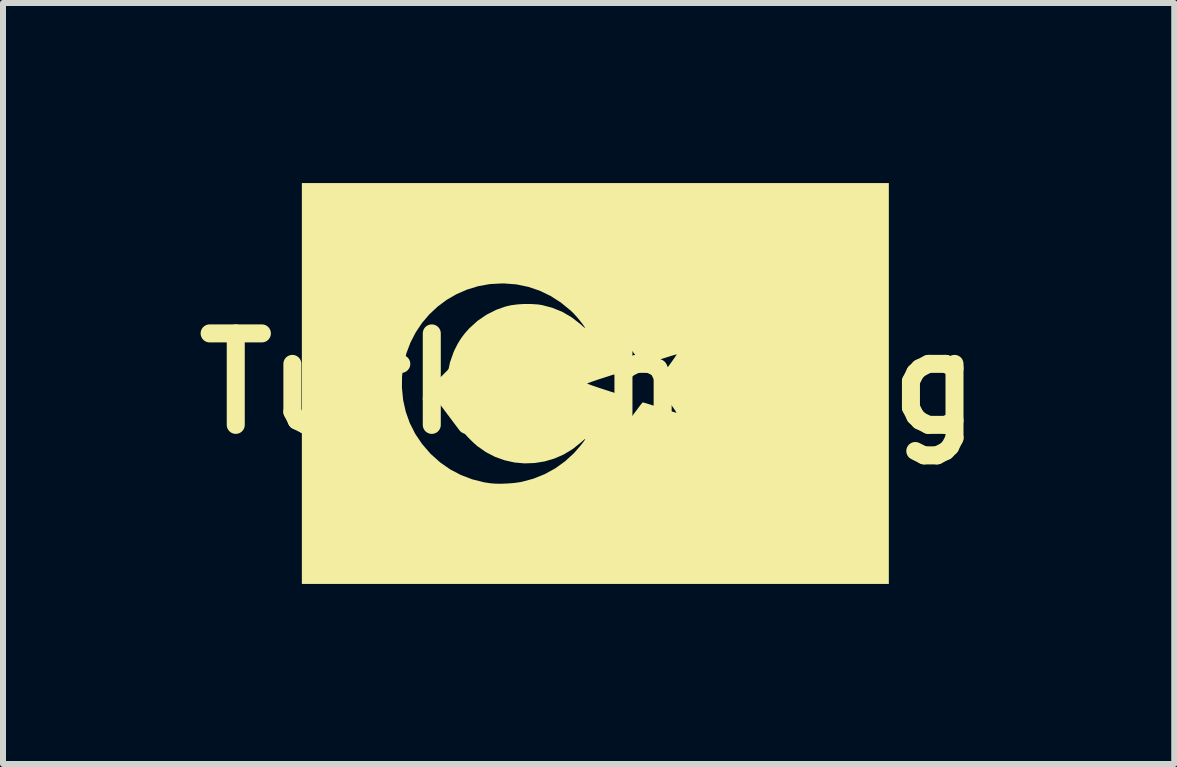
<source format=kicad_pcb>
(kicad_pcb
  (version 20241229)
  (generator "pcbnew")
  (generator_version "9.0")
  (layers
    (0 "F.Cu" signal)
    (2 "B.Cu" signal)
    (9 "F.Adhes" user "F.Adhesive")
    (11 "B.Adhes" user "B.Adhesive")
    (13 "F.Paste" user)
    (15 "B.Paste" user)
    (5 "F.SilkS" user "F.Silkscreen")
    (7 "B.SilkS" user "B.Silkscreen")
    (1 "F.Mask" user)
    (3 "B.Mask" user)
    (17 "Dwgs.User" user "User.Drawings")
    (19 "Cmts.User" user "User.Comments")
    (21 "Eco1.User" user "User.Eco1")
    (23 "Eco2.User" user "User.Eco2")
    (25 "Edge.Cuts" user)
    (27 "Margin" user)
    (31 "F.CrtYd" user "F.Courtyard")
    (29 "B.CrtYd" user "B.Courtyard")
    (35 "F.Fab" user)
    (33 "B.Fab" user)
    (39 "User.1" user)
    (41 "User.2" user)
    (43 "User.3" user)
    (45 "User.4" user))
  (footprint "TurkishFlag"
    (layer "F.Cu")
    (at 6.756 3.339)
    (property "Reference" "TurkishFlag" (at 0 0 0) (layer "F.SilkS") (effects (font (size 1.524 1.524) (thickness 0.3))))
    (attr board_only exclude_from_pos_files exclude_from_bom)
    (fp_poly (pts (xy 5.002 3.339) (xy -4.777 3.339) (xy -4.777 0.069) (xy -3.11 0.069) (xy -3.09 0.274) (xy -3.046 0.471) (xy -2.979 0.659) (xy -2.889 0.838) (xy -2.776 1.005) (xy -2.642 1.161) (xy -2.627 1.177) (xy -2.472 1.315) (xy -2.306 1.431) (xy -2.127 1.525) (xy -1.937 1.597) (xy -1.737 1.647) (xy -1.631 1.663) (xy -1.55 1.669) (xy -1.453 1.67) (xy -1.349 1.666) (xy -1.246 1.658) (xy -1.151 1.645) (xy -1.113 1.638) (xy -0.919 1.586) (xy -0.733 1.511) (xy -0.557 1.415) (xy -0.394 1.298) (xy -0.246 1.163) (xy -0.137 1.038) (xy -0.093 0.982) (xy -0.066 0.945) (xy -0.055 0.926) (xy -0.06 0.925) (xy -0.082 0.941) (xy -0.118 0.974) (xy -0.124 0.979) (xy -0.262 1.09) (xy -0.411 1.181) (xy -0.568 1.25) (xy -0.731 1.298) (xy -0.899 1.325) (xy -1.067 1.331) (xy -1.235 1.316) (xy -1.4 1.279) (xy -1.559 1.222) (xy -1.711 1.143) (xy -1.854 1.043) (xy -1.922 0.983) (xy -1.971 0.935) (xy -2.021 0.884) (xy -2.063 0.837) (xy -2.083 0.812) (xy -2.182 0.663) (xy -2.259 0.505) (xy -2.314 0.338) (xy -2.347 0.167) (xy -2.357 0.000456) (xy -0.025 0.000456) (xy -0.014 0.006) (xy 0.018 0.018) (xy 0.067 0.036) (xy 0.131 0.058) (xy 0.204 0.082) (xy 0.256 0.099) (xy 0.538 0.191) (xy 0.538 0.489) (xy 0.538 0.573) (xy 0.539 0.647) (xy 0.54 0.709) (xy 0.541 0.755) (xy 0.542 0.782) (xy 0.543 0.788) (xy 0.552 0.778) (xy 0.573 0.751) (xy 0.605 0.709) (xy 0.644 0.656) (xy 0.69 0.593) (xy 0.719 0.553) (xy 0.768 0.487) (xy 0.813 0.427) (xy 0.85 0.377) (xy 0.879 0.34) (xy 0.896 0.319) (xy 0.9 0.315) (xy 0.915 0.318) (xy 0.949 0.327) (xy 1.001 0.343) (xy 1.065 0.363) (xy 1.139 0.386) (xy 1.18 0.4) (xy 1.258 0.425) (xy 1.328 0.447) (xy 1.387 0.466) (xy 1.431 0.479) (xy 1.457 0.487) (xy 1.462 0.488) (xy 1.459 0.478) (xy 1.443 0.451) (xy 1.415 0.41) (xy 1.378 0.357) (xy 1.334 0.295) (xy 1.306 0.256) (xy 1.257 0.189) (xy 1.214 0.128) (xy 1.177 0.077) (xy 1.15 0.038) (xy 1.134 0.014) (xy 1.131 0.009) (xy 1.137 -0.005) (xy 1.155 -0.036) (xy 1.184 -0.081) (xy 1.223 -0.137) (xy 1.268 -0.202) (xy 1.299 -0.244) (xy 1.348 -0.311) (xy 1.391 -0.371) (xy 1.426 -0.421) (xy 1.452 -0.459) (xy 1.467 -0.481) (xy 1.469 -0.486) (xy 1.456 -0.483) (xy 1.424 -0.474) (xy 1.374 -0.459) (xy 1.31 -0.439) (xy 1.237 -0.416) (xy 1.19 -0.401) (xy 1.112 -0.376) (xy 1.041 -0.354) (xy 0.981 -0.335) (xy 0.936 -0.321) (xy 0.91 -0.314) (xy 0.904 -0.313) (xy 0.894 -0.322) (xy 0.872 -0.35) (xy 0.839 -0.392) (xy 0.798 -0.446) (xy 0.751 -0.509) (xy 0.719 -0.553) (xy 0.544 -0.794) (xy 0.541 -0.491) (xy 0.537 -0.188) (xy 0.256 -0.097) (xy 0.177 -0.072) (xy 0.107 -0.048) (xy 0.048 -0.028) (xy 0.005 -0.012) (xy -0.02 -0.002) (xy -0.025 0.000456) (xy -2.357 0.000456) (xy -2.357 -0.007) (xy -2.345 -0.181) (xy -2.309 -0.353) (xy -2.25 -0.52) (xy -2.233 -0.559) (xy -2.181 -0.661) (xy -2.128 -0.747) (xy -2.069 -0.827) (xy -1.997 -0.909) (xy -1.985 -0.921) (xy -1.851 -1.043) (xy -1.702 -1.145) (xy -1.538 -1.228) (xy -1.382 -1.283) (xy -1.291 -1.304) (xy -1.184 -1.318) (xy -1.068 -1.325) (xy -0.953 -1.324) (xy -0.845 -1.317) (xy -0.783 -1.308) (xy -0.607 -1.262) (xy -0.441 -1.195) (xy -0.284 -1.104) (xy -0.136 -0.989) (xy -0.107 -0.963) (xy -0.075 -0.935) (xy -0.06 -0.924) (xy -0.058 -0.927) (xy -0.068 -0.944) (xy -0.102 -0.993) (xy -0.148 -1.051) (xy -0.2 -1.113) (xy -0.253 -1.171) (xy -0.299 -1.215) (xy -0.461 -1.348) (xy -0.634 -1.459) (xy -0.815 -1.546) (xy -1.005 -1.61) (xy -1.203 -1.651) (xy -1.407 -1.667) (xy -1.444 -1.667) (xy -1.646 -1.656) (xy -1.84 -1.621) (xy -2.026 -1.564) (xy -2.201 -1.488) (xy -2.365 -1.393) (xy -2.516 -1.28) (xy -2.653 -1.152) (xy -2.775 -1.009) (xy -2.88 -0.852) (xy -2.967 -0.684) (xy -3.035 -0.505) (xy -3.082 -0.317) (xy -3.108 -0.121) (xy -3.11 0.069) (xy -4.777 0.069) (xy -4.777 -3.339) (xy 5.002 -3.339)) (stroke (width 0) (type solid)) (fill yes) (layer "F.SilkS")))
  (gr_rect
    (start -3 -3)
    (end 16.513 9.678)
    (stroke (width 0.1) (type default))
    (fill no)
    (layer "Edge.Cuts")))
</source>
